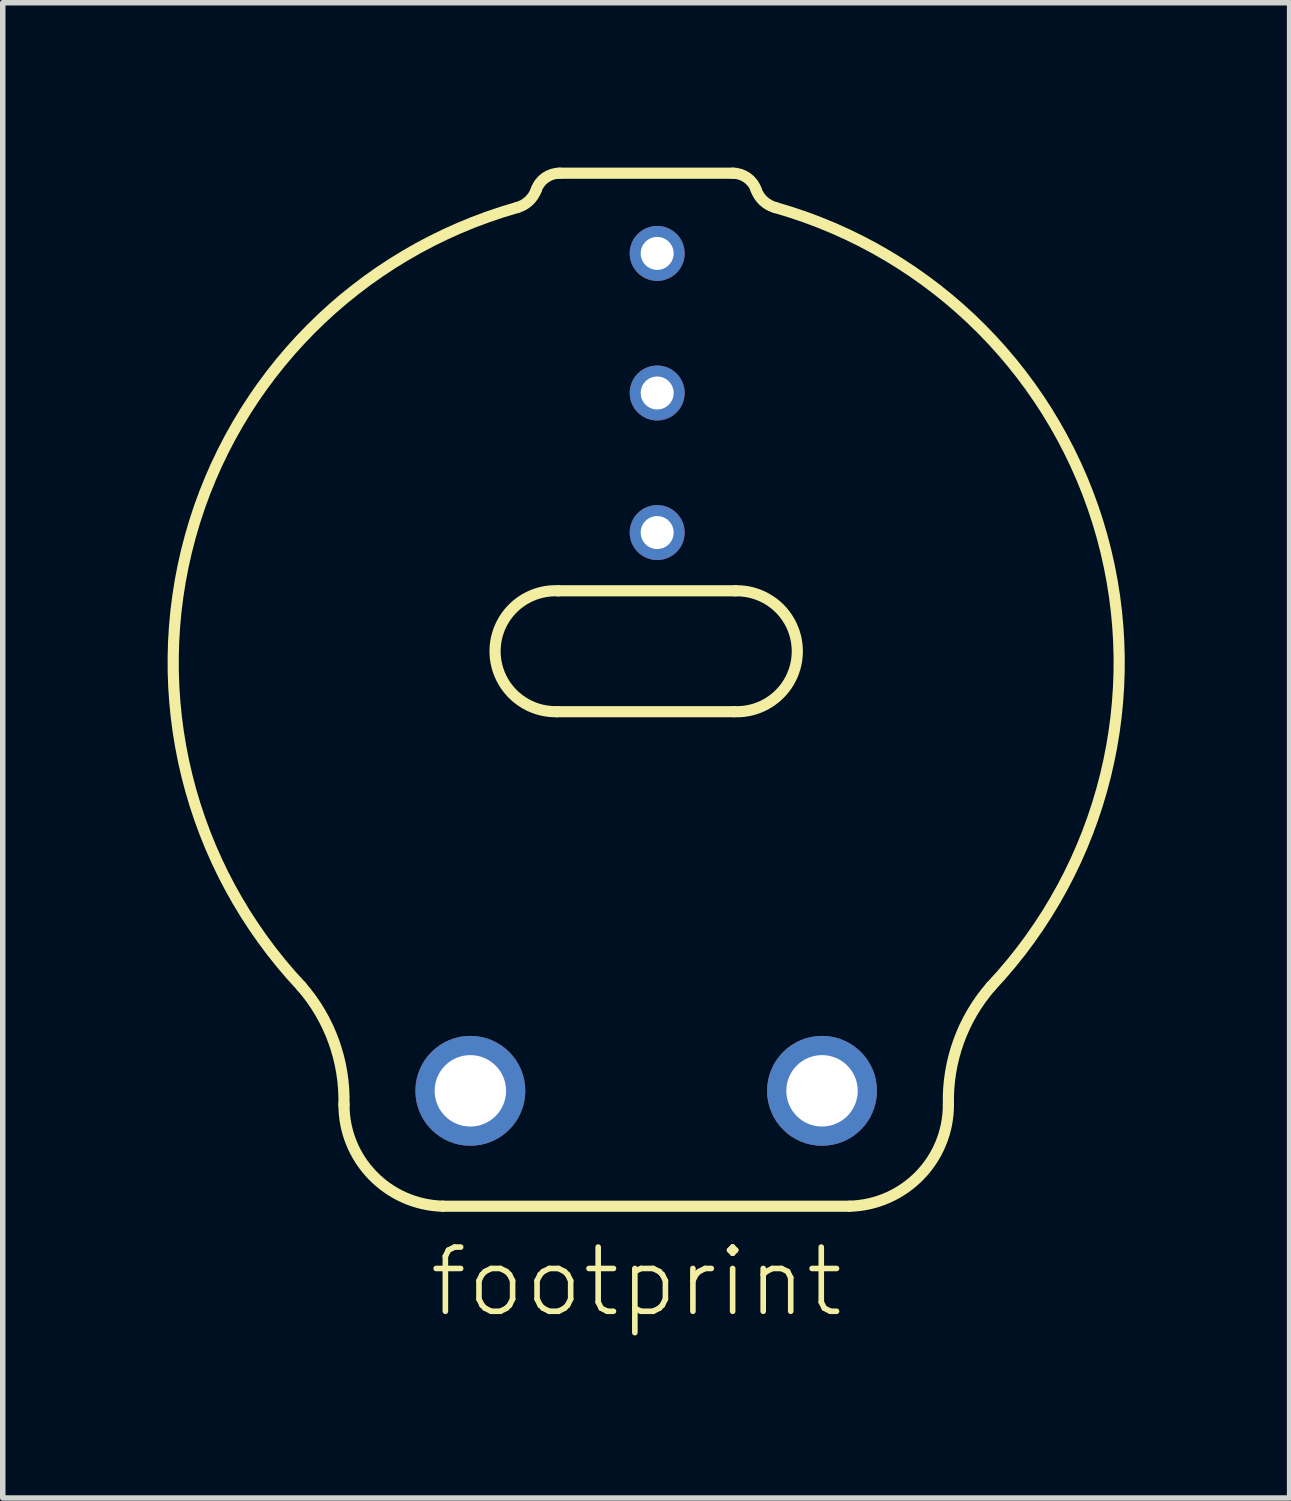
<source format=kicad_pcb>
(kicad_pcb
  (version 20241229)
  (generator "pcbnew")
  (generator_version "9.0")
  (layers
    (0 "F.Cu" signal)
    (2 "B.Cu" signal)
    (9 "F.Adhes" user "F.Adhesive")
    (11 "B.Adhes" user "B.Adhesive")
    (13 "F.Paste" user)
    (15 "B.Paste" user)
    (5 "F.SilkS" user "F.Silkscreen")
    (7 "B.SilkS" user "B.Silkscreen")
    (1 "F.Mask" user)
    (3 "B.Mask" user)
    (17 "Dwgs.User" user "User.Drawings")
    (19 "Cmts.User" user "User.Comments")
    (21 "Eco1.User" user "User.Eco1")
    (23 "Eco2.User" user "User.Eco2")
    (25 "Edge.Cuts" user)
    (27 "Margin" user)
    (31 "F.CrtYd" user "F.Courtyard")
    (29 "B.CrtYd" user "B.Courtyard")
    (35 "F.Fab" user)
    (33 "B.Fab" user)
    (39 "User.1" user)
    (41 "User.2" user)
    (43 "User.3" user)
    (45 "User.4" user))
  (footprint "footprint"
    (layer "F.Cu")
    (at 8.71 9.002)
    (property "Reference" "footprint" (at -4 11.96 0) (layer "F.SilkS") (effects (font (size 1.168 1.168) (thickness 0.102)) (justify left bottom)))
    (fp_line (start -3.7 9.9) (end 3.7 9.9) (stroke (width 0.203) (type solid)) (layer "F.SilkS"))
    (fp_line (start -1.6 -1.3) (end 1.625 -1.3) (stroke (width 0.203) (type solid)) (layer "F.SilkS"))
    (fp_line (start 1.575 -8.9) (end -1.575 -8.9) (stroke (width 0.203) (type solid)) (layer "F.SilkS"))
    (fp_line (start 1.6 0.9) (end -1.625 0.9) (stroke (width 0.203) (type solid)) (layer "F.SilkS"))
    (fp_arc (start -6.275001 5.899999) (mid -8.29602 -2.290521) (end -2.35 -8.275) (stroke (width 0.2032) (type solid)) (layer "F.SilkS"))
    (fp_arc (start -6.275 5.9) (mid -5.685945 6.902347) (end -5.5 8.05) (stroke (width 0.2032) (type solid)) (layer "F.SilkS"))
    (fp_arc (start -3.699998 9.9) (mid -4.976823 9.34164) (end -5.5 8.05) (stroke (width 0.2032) (type solid)) (layer "F.SilkS"))
    (fp_arc (start -2 -8.6) (mid -2.134848 -8.394259) (end -2.35 -8.275) (stroke (width 0.2032) (type solid)) (layer "F.SilkS"))
    (fp_arc (start -2 -8.6) (mid -1.835399 -8.817858) (end -1.575 -8.9) (stroke (width 0.2032) (type solid)) (layer "F.SilkS"))
    (fp_arc (start -1.624998 0.900001) (mid -2.750225 -0.212927) (end -1.6 -1.3) (stroke (width 0.2032) (type solid)) (layer "F.SilkS"))
    (fp_arc (start 1.575 -8.9) (mid 1.835399 -8.817857) (end 2 -8.6) (stroke (width 0.2032) (type solid)) (layer "F.SilkS"))
    (fp_arc (start 1.624998 -1.299999) (mid 2.750224 -0.187072) (end 1.6 0.9) (stroke (width 0.2032) (type solid)) (layer "F.SilkS"))
    (fp_arc (start 2.35 -8.275) (mid 2.134848 -8.394259) (end 2 -8.6) (stroke (width 0.2032) (type solid)) (layer "F.SilkS"))
    (fp_arc (start 2.35 -8.275) (mid 8.29602 -2.290521) (end 6.275001 5.899999) (stroke (width 0.2032) (type solid)) (layer "F.SilkS"))
    (fp_arc (start 5.5 8.05) (mid 4.976823 9.34164) (end 3.699998 9.9) (stroke (width 0.2032) (type solid)) (layer "F.SilkS"))
    (fp_arc (start 5.5 8.05) (mid 5.685945 6.902346) (end 6.275 5.9) (stroke (width 0.2032) (type solid)) (layer "F.SilkS"))
    (pad "0V" thru_hole circle (at 0.2 -4.9 180) (size 1 1) (drill 0.6) (layers "*.Cu" "*.Mask"))
    (pad "I+" thru_hole circle (at 3.2 7.8) (size 2 2) (drill 1.3) (layers "*.Cu" "*.Mask"))
    (pad "I-" thru_hole circle (at -3.2 7.8) (size 2 2) (drill 1.3) (layers "*.Cu" "*.Mask"))
    (pad "V+" thru_hole circle (at 0.2 -7.44 180) (size 1 1) (drill 0.6) (layers "*.Cu" "*.Mask"))
    (pad "VOUT" thru_hole circle (at 0.2 -2.36 180) (size 1 1) (drill 0.6) (layers "*.Cu" "*.Mask")))
  (gr_rect
    (start -3 -3)
    (end 20.42 24.212)
    (stroke (width 0.1) (type default))
    (fill no)
    (layer "Edge.Cuts")))
</source>
